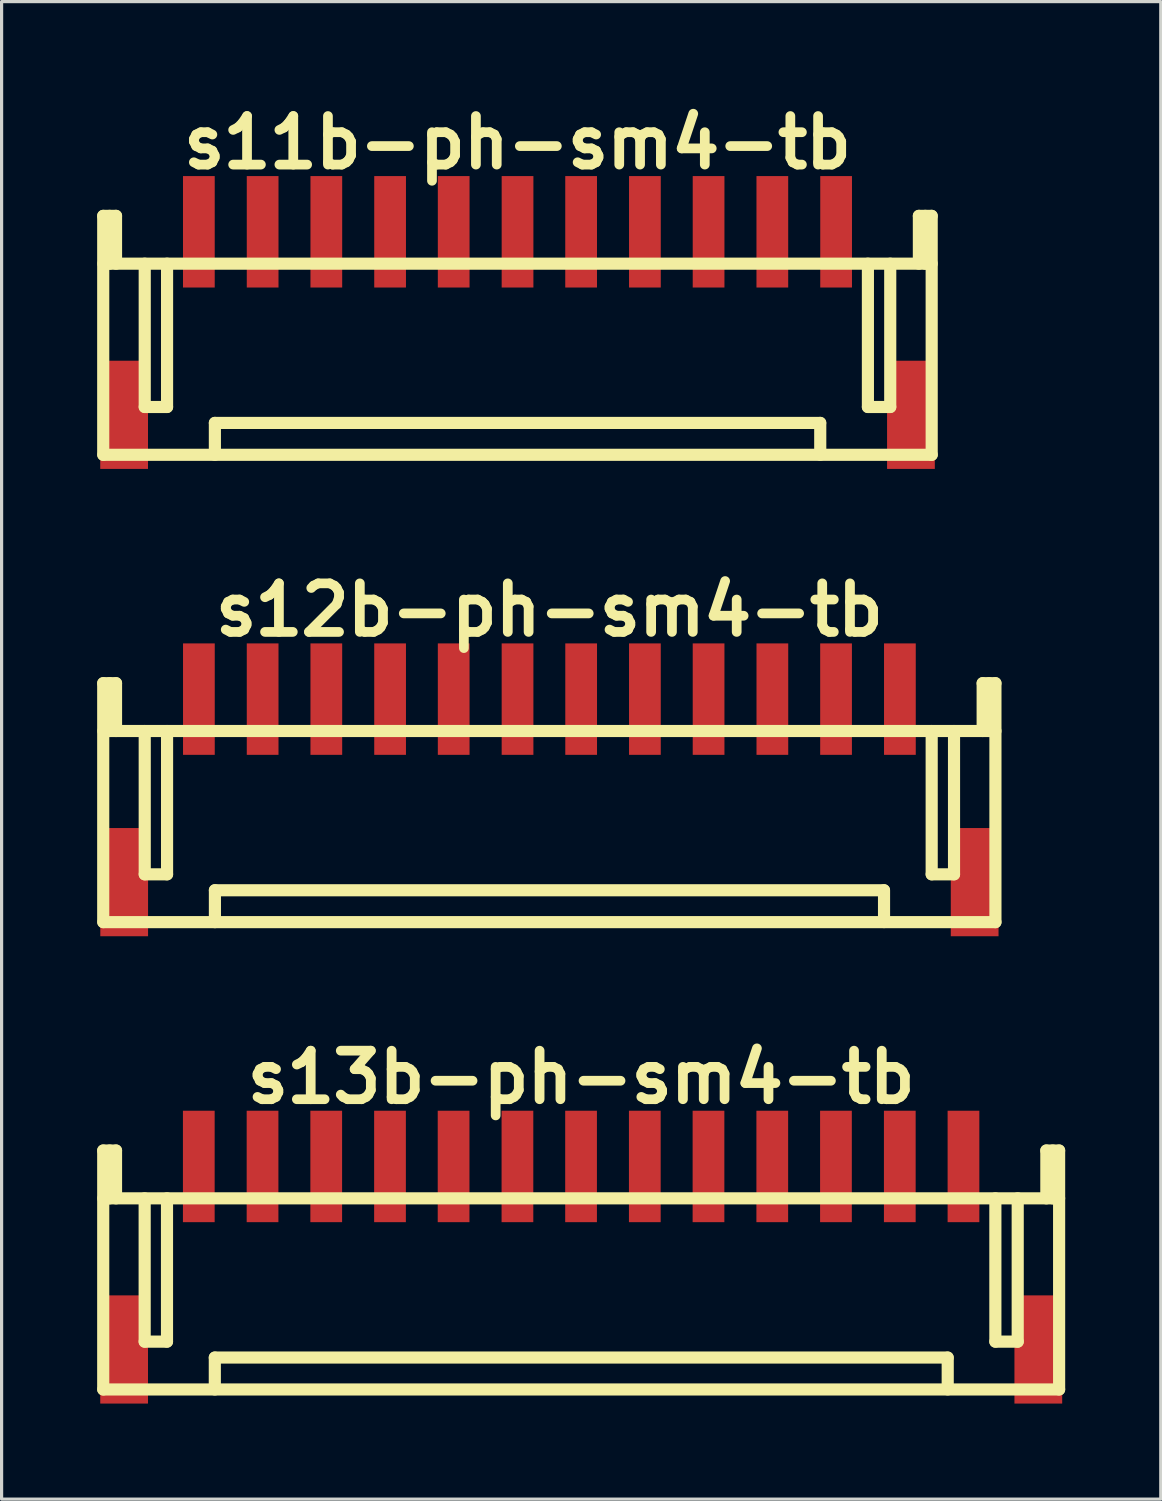
<source format=kicad_pcb>
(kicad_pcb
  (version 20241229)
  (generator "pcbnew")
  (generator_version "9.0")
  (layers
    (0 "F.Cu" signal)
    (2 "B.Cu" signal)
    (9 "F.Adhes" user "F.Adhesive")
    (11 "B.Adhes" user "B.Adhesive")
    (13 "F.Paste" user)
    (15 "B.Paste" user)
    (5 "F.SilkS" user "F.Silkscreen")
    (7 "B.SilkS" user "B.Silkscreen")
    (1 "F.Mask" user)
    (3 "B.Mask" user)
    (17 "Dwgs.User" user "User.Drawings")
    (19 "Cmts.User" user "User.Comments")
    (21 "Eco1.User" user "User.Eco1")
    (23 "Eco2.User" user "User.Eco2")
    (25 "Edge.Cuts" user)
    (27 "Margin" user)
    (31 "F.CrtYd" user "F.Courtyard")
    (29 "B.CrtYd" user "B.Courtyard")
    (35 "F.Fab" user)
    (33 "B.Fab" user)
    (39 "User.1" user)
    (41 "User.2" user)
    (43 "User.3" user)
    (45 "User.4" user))
  (footprint "s11b-ph-sm4-tb"
    (layer "F.Cu")
    (at 13.195 4.226)
    (property "Reference" "s11b-ph-sm4-tb" (at 0 -2.799 0) (layer "F.SilkS") (effects (font (size 1.524 1.524) (thickness 0.305))))
    (attr through_hole)
    (fp_line (start -13.005 7) (end -13.005 -0.5) (stroke (width 0.381) (type solid)) (layer "F.SilkS"))
    (fp_line (start -13 1.001) (end 13 1.001) (stroke (width 0.381) (type solid)) (layer "F.SilkS"))
    (fp_line (start -13 7) (end 13 7) (stroke (width 0.381) (type solid)) (layer "F.SilkS"))
    (fp_line (start -12.804 -0.5) (end -12.804 1.001) (stroke (width 0.381) (type solid)) (layer "F.SilkS"))
    (fp_line (start -12.603 -0.5) (end -13.005 -0.5) (stroke (width 0.381) (type solid)) (layer "F.SilkS"))
    (fp_line (start -12.603 1.001) (end -12.603 -0.5) (stroke (width 0.381) (type solid)) (layer "F.SilkS"))
    (fp_line (start -11.702 5.499) (end -11.702 1.001) (stroke (width 0.381) (type solid)) (layer "F.SilkS"))
    (fp_line (start -11.001 1.001) (end -11.001 5.499) (stroke (width 0.381) (type solid)) (layer "F.SilkS"))
    (fp_line (start -11.001 5.499) (end -11.702 5.499) (stroke (width 0.381) (type solid)) (layer "F.SilkS"))
    (fp_line (start -9.5 7) (end -9.5 5.999) (stroke (width 0.381) (type solid)) (layer "F.SilkS"))
    (fp_line (start 9.5 5.999) (end -9.5 5.999) (stroke (width 0.381) (type solid)) (layer "F.SilkS"))
    (fp_line (start 9.502 5.999) (end 9.502 6.998) (stroke (width 0.381) (type solid)) (layer "F.SilkS"))
    (fp_line (start 10.998 1.001) (end 10.998 5.499) (stroke (width 0.381) (type solid)) (layer "F.SilkS"))
    (fp_line (start 10.998 5.499) (end 11.699 5.499) (stroke (width 0.381) (type solid)) (layer "F.SilkS"))
    (fp_line (start 11.699 5.499) (end 11.699 1.001) (stroke (width 0.381) (type solid)) (layer "F.SilkS"))
    (fp_line (start 12.598 -0.5) (end 12.598 1.001) (stroke (width 0.381) (type solid)) (layer "F.SilkS"))
    (fp_line (start 12.799 1.001) (end 12.799 -0.5) (stroke (width 0.381) (type solid)) (layer "F.SilkS"))
    (fp_line (start 13 -0.5) (end 12.598 -0.5) (stroke (width 0.381) (type solid)) (layer "F.SilkS"))
    (fp_line (start 13 -0.5) (end 13 7) (stroke (width 0.381) (type solid)) (layer "F.SilkS"))
    (pad "" smd rect (at -12.349 5.745) (size 1.499 3.396) (layers "F.Cu" "F.Mask" "F.Paste"))
    (pad "" smd rect (at 12.349 5.745) (size 1.499 3.396) (layers "F.Cu" "F.Mask" "F.Paste"))
    (pad "1" smd rect (at -10.003 0) (size 0.996 3.498) (layers "F.Cu" "F.Mask" "F.Paste"))
    (pad "2" smd rect (at -8.001 0) (size 0.996 3.498) (layers "F.Cu" "F.Mask" "F.Paste"))
    (pad "3" smd rect (at -6.002 0) (size 0.996 3.498) (layers "F.Cu" "F.Mask" "F.Paste"))
    (pad "4" smd rect (at -4 0) (size 0.996 3.498) (layers "F.Cu" "F.Mask" "F.Paste"))
    (pad "5" smd rect (at -2.004 0) (size 0.996 3.498) (layers "F.Cu" "F.Mask" "F.Paste"))
    (pad "6" smd rect (at 0 0) (size 0.996 3.498) (layers "F.Cu" "F.Mask" "F.Paste"))
    (pad "7" smd rect (at 1.996 0) (size 0.996 3.498) (layers "F.Cu" "F.Mask" "F.Paste"))
    (pad "8" smd rect (at 3.998 0) (size 0.996 3.498) (layers "F.Cu" "F.Mask" "F.Paste"))
    (pad "9" smd rect (at 5.997 0) (size 0.996 3.498) (layers "F.Cu" "F.Mask" "F.Paste"))
    (pad "10" smd rect (at 7.998 0) (size 0.996 3.498) (layers "F.Cu" "F.Mask" "F.Paste"))
    (pad "11" smd rect (at 10 0) (size 0.996 3.498) (layers "F.Cu" "F.Mask" "F.Paste")))
  (footprint "s12b-ph-sm4-tb"
    (layer "F.Cu")
    (at 14.196 18.895)
    (property "Reference" "s12b-ph-sm4-tb" (at 0 -2.799 0) (layer "F.SilkS") (effects (font (size 1.524 1.524) (thickness 0.305))))
    (attr through_hole)
    (fp_line (start -14.006 7) (end -14.006 -0.5) (stroke (width 0.381) (type solid)) (layer "F.SilkS"))
    (fp_line (start -14 1.001) (end 14 1.001) (stroke (width 0.381) (type solid)) (layer "F.SilkS"))
    (fp_line (start -14 7) (end 14 7) (stroke (width 0.381) (type solid)) (layer "F.SilkS"))
    (fp_line (start -13.805 -0.5) (end -13.805 1.001) (stroke (width 0.381) (type solid)) (layer "F.SilkS"))
    (fp_line (start -13.604 -0.5) (end -14.006 -0.5) (stroke (width 0.381) (type solid)) (layer "F.SilkS"))
    (fp_line (start -13.604 1.001) (end -13.604 -0.5) (stroke (width 0.381) (type solid)) (layer "F.SilkS"))
    (fp_line (start -12.703 5.499) (end -12.703 1.001) (stroke (width 0.381) (type solid)) (layer "F.SilkS"))
    (fp_line (start -12.002 1.001) (end -12.002 5.499) (stroke (width 0.381) (type solid)) (layer "F.SilkS"))
    (fp_line (start -12.002 5.499) (end -12.703 5.499) (stroke (width 0.381) (type solid)) (layer "F.SilkS"))
    (fp_line (start -10.5 7) (end -10.5 5.999) (stroke (width 0.381) (type solid)) (layer "F.SilkS"))
    (fp_line (start 10.5 5.999) (end -10.5 5.999) (stroke (width 0.381) (type solid)) (layer "F.SilkS"))
    (fp_line (start 10.503 5.999) (end 10.503 6.998) (stroke (width 0.381) (type solid)) (layer "F.SilkS"))
    (fp_line (start 11.999 1.001) (end 11.999 5.499) (stroke (width 0.381) (type solid)) (layer "F.SilkS"))
    (fp_line (start 11.999 5.499) (end 12.7 5.499) (stroke (width 0.381) (type solid)) (layer "F.SilkS"))
    (fp_line (start 12.7 5.499) (end 12.7 1.001) (stroke (width 0.381) (type solid)) (layer "F.SilkS"))
    (fp_line (start 13.599 -0.5) (end 13.599 1.001) (stroke (width 0.381) (type solid)) (layer "F.SilkS"))
    (fp_line (start 13.8 1.001) (end 13.8 -0.5) (stroke (width 0.381) (type solid)) (layer "F.SilkS"))
    (fp_line (start 14 -0.5) (end 13.599 -0.5) (stroke (width 0.381) (type solid)) (layer "F.SilkS"))
    (fp_line (start 14 -0.5) (end 14 7) (stroke (width 0.381) (type solid)) (layer "F.SilkS"))
    (pad "" smd rect (at -13.348 5.745) (size 1.499 3.396) (layers "F.Cu" "F.Mask" "F.Paste"))
    (pad "" smd rect (at 13.348 5.745) (size 1.499 3.396) (layers "F.Cu" "F.Mask" "F.Paste"))
    (pad "1" smd rect (at -11.003 0) (size 0.996 3.498) (layers "F.Cu" "F.Mask" "F.Paste"))
    (pad "2" smd rect (at -9.002 0) (size 0.996 3.498) (layers "F.Cu" "F.Mask" "F.Paste"))
    (pad "3" smd rect (at -7.003 0) (size 0.996 3.498) (layers "F.Cu" "F.Mask" "F.Paste"))
    (pad "4" smd rect (at -5.001 0) (size 0.996 3.498) (layers "F.Cu" "F.Mask" "F.Paste"))
    (pad "5" smd rect (at -3.005 0) (size 0.996 3.498) (layers "F.Cu" "F.Mask" "F.Paste"))
    (pad "6" smd rect (at -1.001 0) (size 0.996 3.498) (layers "F.Cu" "F.Mask" "F.Paste"))
    (pad "7" smd rect (at 0.996 0) (size 0.996 3.498) (layers "F.Cu" "F.Mask" "F.Paste"))
    (pad "8" smd rect (at 2.997 0) (size 0.996 3.498) (layers "F.Cu" "F.Mask" "F.Paste"))
    (pad "9" smd rect (at 4.996 0) (size 0.996 3.498) (layers "F.Cu" "F.Mask" "F.Paste"))
    (pad "10" smd rect (at 6.998 0) (size 0.996 3.498) (layers "F.Cu" "F.Mask" "F.Paste"))
    (pad "11" smd rect (at 8.997 0) (size 0.996 3.498) (layers "F.Cu" "F.Mask" "F.Paste"))
    (pad "12" smd rect (at 11.001 0) (size 0.996 3.498) (layers "F.Cu" "F.Mask" "F.Paste")))
  (footprint "s13b-ph-sm4-tb"
    (layer "F.Cu")
    (at 15.194 33.564)
    (property "Reference" "s13b-ph-sm4-tb" (at 0 -2.799 0) (layer "F.SilkS") (effects (font (size 1.524 1.524) (thickness 0.305))))
    (attr through_hole)
    (fp_line (start -15.004 7) (end -15.004 -0.5) (stroke (width 0.381) (type solid)) (layer "F.SilkS"))
    (fp_line (start -15.001 1.001) (end 15.001 1.001) (stroke (width 0.381) (type solid)) (layer "F.SilkS"))
    (fp_line (start -14.803 -0.5) (end -14.803 1.001) (stroke (width 0.381) (type solid)) (layer "F.SilkS"))
    (fp_line (start -14.602 -0.5) (end -15.004 -0.5) (stroke (width 0.381) (type solid)) (layer "F.SilkS"))
    (fp_line (start -14.602 1.001) (end -14.602 -0.5) (stroke (width 0.381) (type solid)) (layer "F.SilkS"))
    (fp_line (start -13.703 5.499) (end -13.703 1.001) (stroke (width 0.381) (type solid)) (layer "F.SilkS"))
    (fp_line (start -13.002 1.001) (end -13.002 5.499) (stroke (width 0.381) (type solid)) (layer "F.SilkS"))
    (fp_line (start -13.002 5.499) (end -13.703 5.499) (stroke (width 0.381) (type solid)) (layer "F.SilkS"))
    (fp_line (start -11.501 5.999) (end 11.501 5.999) (stroke (width 0.381) (type solid)) (layer "F.SilkS"))
    (fp_line (start -11.501 7) (end -11.501 5.999) (stroke (width 0.381) (type solid)) (layer "F.SilkS"))
    (fp_line (start 11.504 5.999) (end 11.504 6.998) (stroke (width 0.381) (type solid)) (layer "F.SilkS"))
    (fp_line (start 13 1.001) (end 13 5.499) (stroke (width 0.381) (type solid)) (layer "F.SilkS"))
    (fp_line (start 13 5.499) (end 13.701 5.499) (stroke (width 0.381) (type solid)) (layer "F.SilkS"))
    (fp_line (start 13.701 5.499) (end 13.701 1.001) (stroke (width 0.381) (type solid)) (layer "F.SilkS"))
    (fp_line (start 14.6 -0.5) (end 14.6 1.001) (stroke (width 0.381) (type solid)) (layer "F.SilkS"))
    (fp_line (start 14.801 1.001) (end 14.801 -0.5) (stroke (width 0.381) (type solid)) (layer "F.SilkS"))
    (fp_line (start 15.001 -0.5) (end 14.6 -0.5) (stroke (width 0.381) (type solid)) (layer "F.SilkS"))
    (fp_line (start 15.001 -0.5) (end 15.001 7) (stroke (width 0.381) (type solid)) (layer "F.SilkS"))
    (fp_line (start 15.001 7) (end -15.001 7) (stroke (width 0.381) (type solid)) (layer "F.SilkS"))
    (pad "" smd rect (at -14.348 5.745) (size 1.499 3.396) (layers "F.Cu" "F.Mask" "F.Paste"))
    (pad "" smd rect (at 14.348 5.745) (size 1.499 3.396) (layers "F.Cu" "F.Mask" "F.Paste"))
    (pad "1" smd rect (at -12.004 0) (size 0.996 3.498) (layers "F.Cu" "F.Mask" "F.Paste"))
    (pad "2" smd rect (at -10.003 0) (size 0.996 3.498) (layers "F.Cu" "F.Mask" "F.Paste"))
    (pad "3" smd rect (at -8.004 0) (size 0.996 3.498) (layers "F.Cu" "F.Mask" "F.Paste"))
    (pad "4" smd rect (at -6.002 0) (size 0.996 3.498) (layers "F.Cu" "F.Mask" "F.Paste"))
    (pad "5" smd rect (at -4.006 0) (size 0.996 3.498) (layers "F.Cu" "F.Mask" "F.Paste"))
    (pad "6" smd rect (at -2.002 0) (size 0.996 3.498) (layers "F.Cu" "F.Mask" "F.Paste"))
    (pad "7" smd rect (at -0.005 0) (size 0.996 3.498) (layers "F.Cu" "F.Mask" "F.Paste"))
    (pad "8" smd rect (at 1.996 0) (size 0.996 3.498) (layers "F.Cu" "F.Mask" "F.Paste"))
    (pad "9" smd rect (at 3.995 0) (size 0.996 3.498) (layers "F.Cu" "F.Mask" "F.Paste"))
    (pad "10" smd rect (at 5.997 0) (size 0.996 3.498) (layers "F.Cu" "F.Mask" "F.Paste"))
    (pad "11" smd rect (at 7.996 0) (size 0.996 3.498) (layers "F.Cu" "F.Mask" "F.Paste"))
    (pad "12" smd rect (at 10 0) (size 0.996 3.498) (layers "F.Cu" "F.Mask" "F.Paste"))
    (pad "13" smd rect (at 11.999 0) (size 0.996 3.498) (layers "F.Cu" "F.Mask" "F.Paste")))
  (gr_rect
    (start -3 -3)
    (end 33.386 44.007)
    (stroke (width 0.1) (type default))
    (fill no)
    (layer "Edge.Cuts")))
</source>
